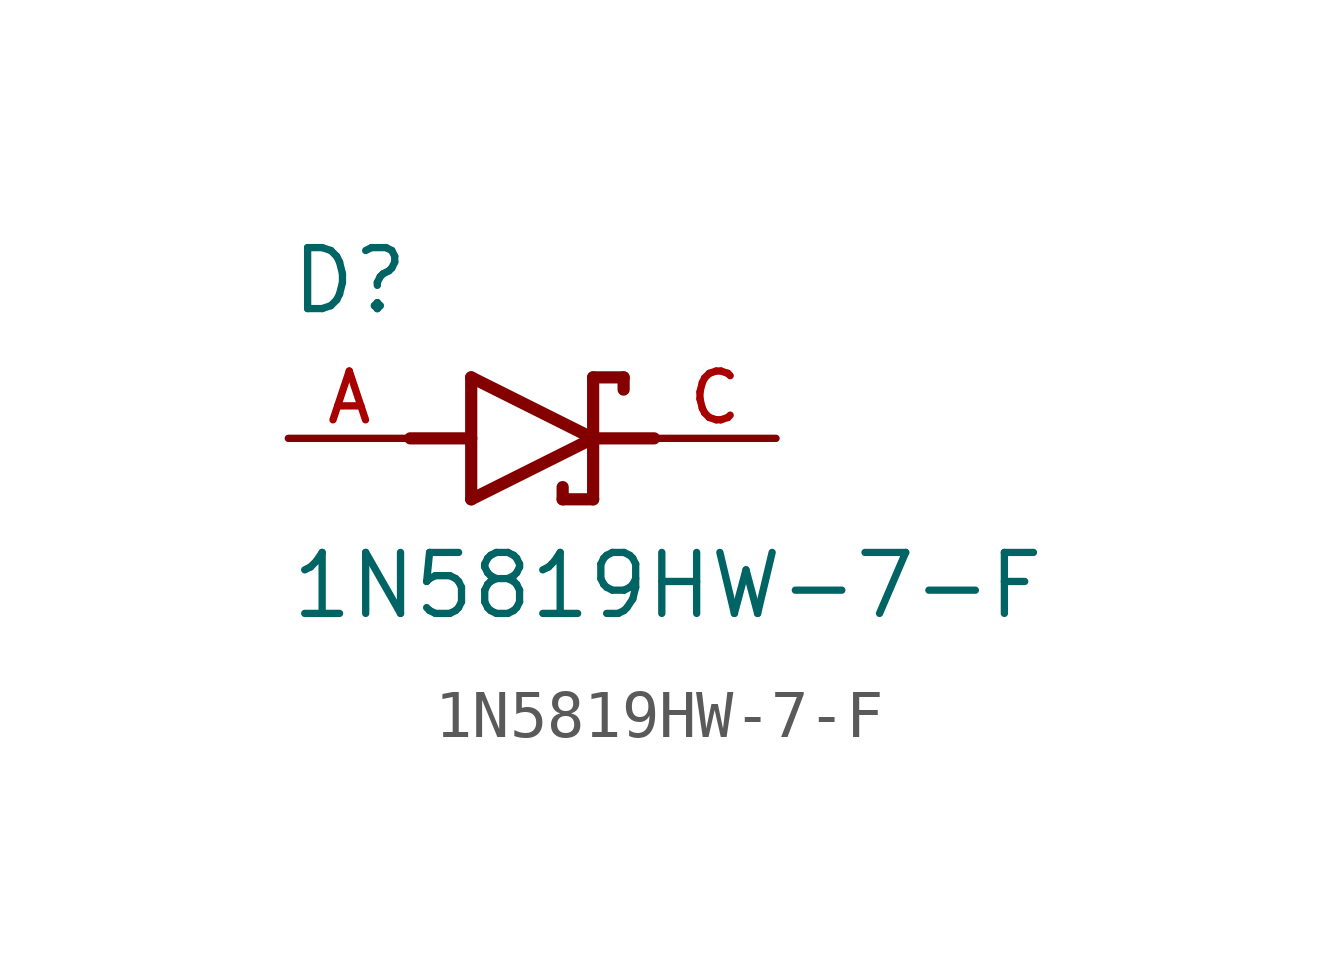
<source format=kicad_sym>
(kicad_symbol_lib
  (version 20211014)
  (generator kicad_symbol_editor)
  (symbol "1N5819HW-7-F"
    (pin_names
      (offset 1.016))
    (property "Reference" "D"
      (at -5.08 2.54 0)
      (effects (font (size 1.27 1.27)) (justify bottom left)))
    (property "Value" "1N5819HW-7-F"
      (at -5.08 -3.81 0)
      (effects (font (size 1.27 1.27)) (justify bottom left)))
    (symbol "1N5819HW-7-F_0_0"
      (polyline (pts (xy -1.27 -1.27) (xy 1.27 0.0)) (stroke (width 0.254)))
      (polyline (pts (xy 1.27 0.0) (xy -1.27 1.27)) (stroke (width 0.254)))
      (polyline (pts (xy 1.905 1.27) (xy 1.27 1.27)) (stroke (width 0.254)))
      (polyline (pts (xy -1.27 1.27) (xy -1.27 -1.27)) (stroke (width 0.254)))
      (polyline (pts (xy 1.27 1.27) (xy 1.27 -1.27)) (stroke (width 0.254)))
      (polyline (pts (xy 1.905 1.27) (xy 1.905 1.016)) (stroke (width 0.254)))
      (polyline (pts (xy 1.27 -1.27) (xy 0.635 -1.27)) (stroke (width 0.254)))
      (polyline (pts (xy 0.635 -1.016) (xy 0.635 -1.27)) (stroke (width 0.254)))
      (polyline (pts (xy -2.54 0.0) (xy -1.27 0.0)) (stroke (width 0.254)))
      (polyline (pts (xy 2.54 0.0) (xy 1.27 0.0)) (stroke (width 0.254)))
      (pin passive line (at 5.08 0.0 180.0) (length 2.54) (name "~" (effects (font (size 1.016 1.016)))) (number "C" (effects (font (size 1.016 1.016)))))
      (pin passive line (at -5.08 0.0 0) (length 2.54) (name "~" (effects (font (size 1.016 1.016)))) (number "A" (effects (font (size 1.016 1.016))))))))
</source>
